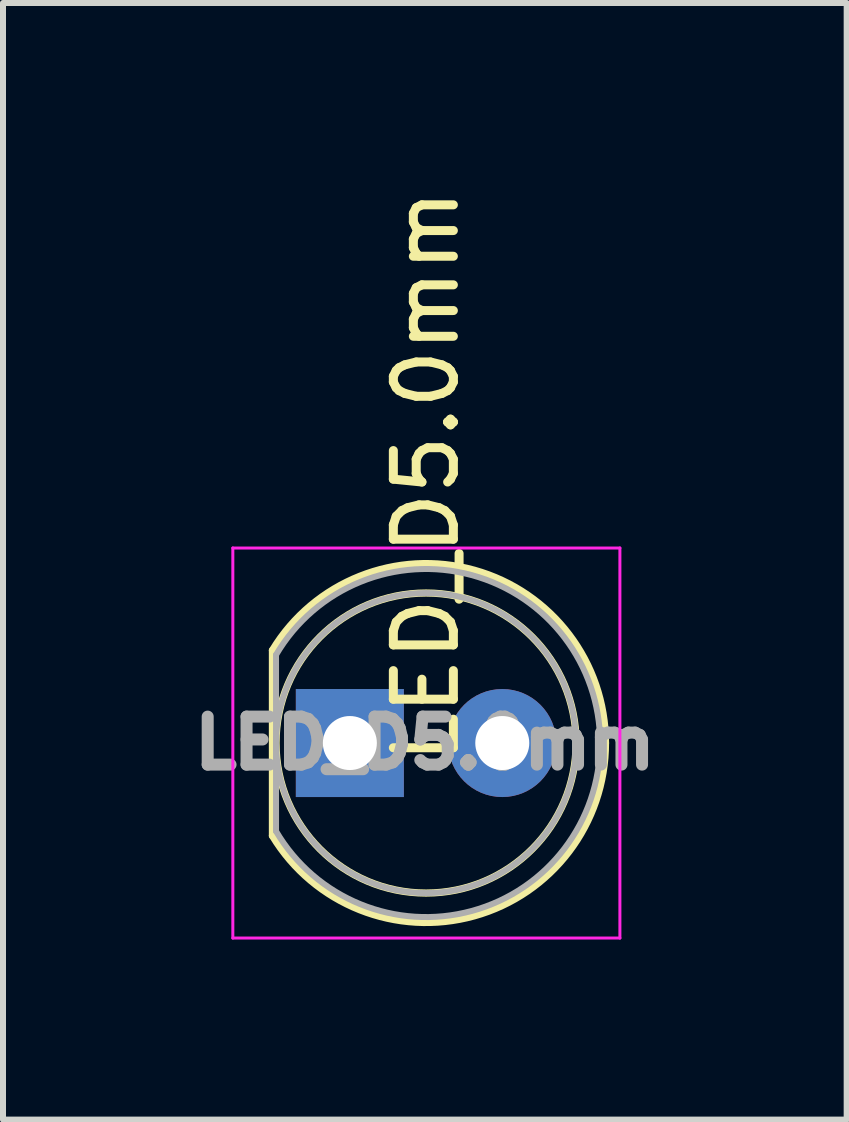
<source format=kicad_pcb>
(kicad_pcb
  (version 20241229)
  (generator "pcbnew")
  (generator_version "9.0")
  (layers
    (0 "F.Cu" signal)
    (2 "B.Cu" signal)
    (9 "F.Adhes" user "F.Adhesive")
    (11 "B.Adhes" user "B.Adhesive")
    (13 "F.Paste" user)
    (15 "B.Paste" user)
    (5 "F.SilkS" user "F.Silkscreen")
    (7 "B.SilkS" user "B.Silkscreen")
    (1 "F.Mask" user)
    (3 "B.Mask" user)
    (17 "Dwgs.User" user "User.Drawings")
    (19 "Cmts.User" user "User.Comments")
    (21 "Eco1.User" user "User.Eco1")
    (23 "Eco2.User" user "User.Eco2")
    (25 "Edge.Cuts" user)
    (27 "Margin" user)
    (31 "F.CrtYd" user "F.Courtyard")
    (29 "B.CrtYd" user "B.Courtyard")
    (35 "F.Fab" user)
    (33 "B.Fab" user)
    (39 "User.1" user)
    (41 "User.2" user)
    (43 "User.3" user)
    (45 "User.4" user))
  (footprint "LED_D5.0mm"
    (layer "F.Cu")
    (at 2.78 9.332)
    (property "Reference" "LED_D5.0mm" (at 1.27 -4.445 270) (layer "F.SilkS") (effects (font (size 1 1) (thickness 0.15))))
    (attr through_hole)
    (fp_line (start -1.29 -1.545) (end -1.29 1.545) (stroke (width 0.12) (type solid)) (layer "F.SilkS"))
    (fp_arc (start -1.29 -1.54483) (mid 2.072002 -2.880433) (end 4.26 0.000462) (stroke (width 0.12) (type solid)) (layer "F.SilkS"))
    (fp_arc (start 4.26 -0.000462) (mid 2.072002 2.880433) (end -1.29 1.54483) (stroke (width 0.12) (type solid)) (layer "F.SilkS"))
    (fp_circle (center 1.27 0) (end 3.77 0) (stroke (width 0.12) (type solid)) (fill no) (layer "F.SilkS"))
    (fp_line (start -1.95 -3.25) (end -1.95 3.25) (stroke (width 0.05) (type solid)) (layer "F.CrtYd"))
    (fp_line (start -1.95 3.25) (end 4.5 3.25) (stroke (width 0.05) (type solid)) (layer "F.CrtYd"))
    (fp_line (start 4.5 -3.25) (end -1.95 -3.25) (stroke (width 0.05) (type solid)) (layer "F.CrtYd"))
    (fp_line (start 4.5 3.25) (end 4.5 -3.25) (stroke (width 0.05) (type solid)) (layer "F.CrtYd"))
    (fp_line (start -1.23 -1.47) (end -1.23 1.47) (stroke (width 0.1) (type solid)) (layer "F.Fab"))
    (fp_arc (start -1.23 -1.469694) (mid 4.17 0.000016) (end -1.230016 1.469666) (stroke (width 0.1) (type solid)) (layer "F.Fab"))
    (fp_circle (center 1.27 0) (end 3.77 0) (stroke (width 0.1) (type solid)) (fill no) (layer "F.Fab"))
    (fp_text user "${REFERENCE}" (at 1.25 0 180) (layer "F.Fab") (effects (font (size 0.8 0.8) (thickness 0.2))))
    (pad "1" thru_hole rect (at 0 0) (size 1.8 1.8) (drill 0.9) (layers "*.Cu" "*.Mask"))
    (pad "2" thru_hole circle (at 2.54 0) (size 1.8 1.8) (drill 0.9) (layers "*.Cu" "*.Mask")))
  (gr_rect
    (start -3 -3)
    (end 11.059 15.607)
    (stroke (width 0.1) (type default))
    (fill no)
    (layer "Edge.Cuts")))
</source>
